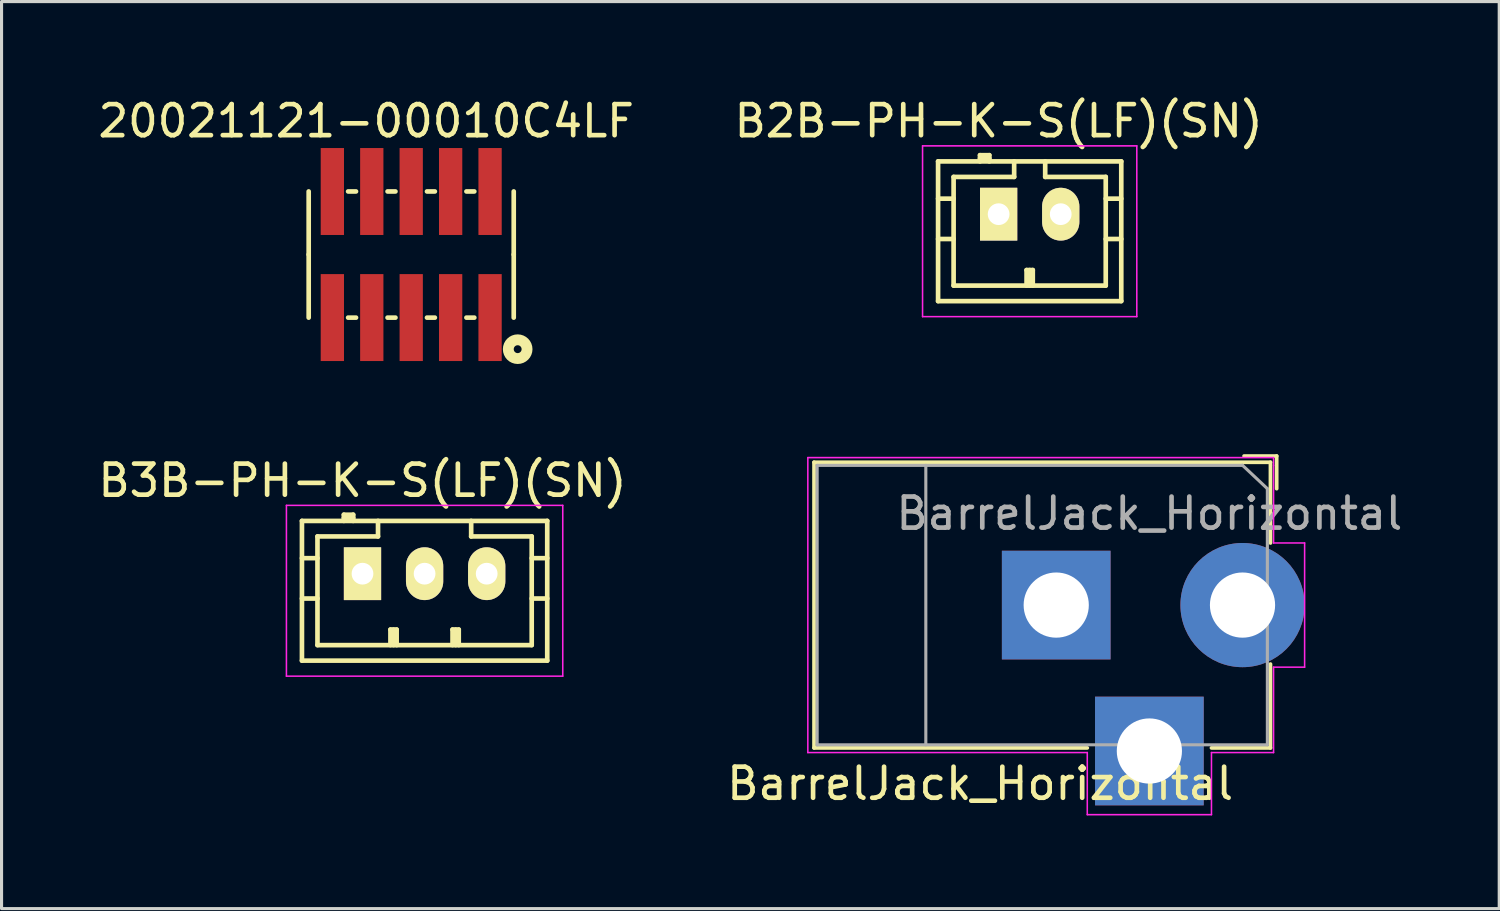
<source format=kicad_pcb>
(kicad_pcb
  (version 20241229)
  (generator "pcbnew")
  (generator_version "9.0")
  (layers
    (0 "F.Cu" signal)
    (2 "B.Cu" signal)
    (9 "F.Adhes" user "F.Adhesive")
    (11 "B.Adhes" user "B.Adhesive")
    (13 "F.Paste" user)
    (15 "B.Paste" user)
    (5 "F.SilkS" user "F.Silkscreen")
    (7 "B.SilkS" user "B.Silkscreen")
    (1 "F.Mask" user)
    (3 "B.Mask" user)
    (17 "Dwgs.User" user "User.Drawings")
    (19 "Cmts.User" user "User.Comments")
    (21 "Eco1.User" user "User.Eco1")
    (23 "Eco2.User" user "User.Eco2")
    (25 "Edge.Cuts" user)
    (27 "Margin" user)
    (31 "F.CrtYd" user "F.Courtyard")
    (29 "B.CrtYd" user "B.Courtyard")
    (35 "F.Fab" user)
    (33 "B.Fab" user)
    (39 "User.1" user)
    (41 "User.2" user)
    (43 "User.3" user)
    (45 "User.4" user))
  (footprint "20021121-00010C4LF"
    (layer "F.Cu")
    (at 10.194 5.148)
    (property "Reference" "20021121-00010C4LF" (at -1.45 -4.3 0) (layer "F.SilkS") (effects (font (size 1 1) (thickness 0.15))))
    (attr through_hole)
    (fp_line (start -3.302 0) (end -3.302 -2.032) (stroke (width 0.15) (type solid)) (layer "F.SilkS"))
    (fp_line (start -3.302 2.032) (end -3.302 0) (stroke (width 0.15) (type solid)) (layer "F.SilkS"))
    (fp_line (start -2.032 2.032) (end -1.778 2.032) (stroke (width 0.15) (type solid)) (layer "F.SilkS"))
    (fp_line (start -1.778 -2.032) (end -2.032 -2.032) (stroke (width 0.15) (type solid)) (layer "F.SilkS"))
    (fp_line (start -0.762 2.032) (end -0.508 2.032) (stroke (width 0.15) (type solid)) (layer "F.SilkS"))
    (fp_line (start -0.508 -2.032) (end -0.762 -2.032) (stroke (width 0.15) (type solid)) (layer "F.SilkS"))
    (fp_line (start 0.508 2.032) (end 0.762 2.032) (stroke (width 0.15) (type solid)) (layer "F.SilkS"))
    (fp_line (start 0.762 -2.032) (end 0.508 -2.032) (stroke (width 0.15) (type solid)) (layer "F.SilkS"))
    (fp_line (start 1.778 2.032) (end 2.032 2.032) (stroke (width 0.15) (type solid)) (layer "F.SilkS"))
    (fp_line (start 2.032 -2.032) (end 1.778 -2.032) (stroke (width 0.15) (type solid)) (layer "F.SilkS"))
    (fp_line (start 3.302 0) (end 3.302 -2.032) (stroke (width 0.15) (type solid)) (layer "F.SilkS"))
    (fp_line (start 3.302 2.032) (end 3.302 0) (stroke (width 0.15) (type solid)) (layer "F.SilkS"))
    (fp_circle (center 3.429 3.048) (end 3.556 3.046) (stroke (width 0.35) (type solid)) (fill no) (layer "F.SilkS"))
    (pad "1" smd rect (at 2.54 2.03) (size 0.75 2.8) (layers "F.Cu" "F.Mask" "F.Paste"))
    (pad "2" smd rect (at 2.54 -2.03) (size 0.75 2.8) (layers "F.Cu" "F.Mask" "F.Paste"))
    (pad "3" smd rect (at 1.27 2.03) (size 0.75 2.8) (layers "F.Cu" "F.Mask" "F.Paste"))
    (pad "4" smd rect (at 1.27 -2.03) (size 0.75 2.8) (layers "F.Cu" "F.Mask" "F.Paste"))
    (pad "5" smd rect (at 0 2.03) (size 0.75 2.8) (layers "F.Cu" "F.Mask" "F.Paste"))
    (pad "6" smd rect (at 0 -2.03) (size 0.75 2.8) (layers "F.Cu" "F.Mask" "F.Paste"))
    (pad "7" smd rect (at -1.27 2.03) (size 0.75 2.8) (layers "F.Cu" "F.Mask" "F.Paste"))
    (pad "8" smd rect (at -1.27 -2.03) (size 0.75 2.8) (layers "F.Cu" "F.Mask" "F.Paste"))
    (pad "9" smd rect (at -2.54 2.03) (size 0.75 2.8) (layers "F.Cu" "F.Mask" "F.Paste"))
    (pad "10" smd rect (at -2.54 -2.03) (size 0.75 2.8) (layers "F.Cu" "F.Mask" "F.Paste")))
  (footprint "BarrelJack_Horizontal"
    (layer "F.Cu")
    (at 36.968 16.438)
    (property "Reference" "BarrelJack_Horizontal" (at -8.45 5.75 0) (layer "F.SilkS") (effects (font (size 1 1) (thickness 0.15))))
    (attr through_hole)
    (fp_line (start -13.8 -4.6) (end 0.9 -4.6) (stroke (width 0.12) (type solid)) (layer "F.SilkS"))
    (fp_line (start -13.8 4.6) (end -13.8 -4.6) (stroke (width 0.12) (type solid)) (layer "F.SilkS"))
    (fp_line (start -5 4.6) (end -13.8 4.6) (stroke (width 0.12) (type solid)) (layer "F.SilkS"))
    (fp_line (start 0.05 -4.8) (end 1.1 -4.8) (stroke (width 0.12) (type solid)) (layer "F.SilkS"))
    (fp_line (start 0.9 -4.6) (end 0.9 -2) (stroke (width 0.12) (type solid)) (layer "F.SilkS"))
    (fp_line (start 0.9 1.9) (end 0.9 4.6) (stroke (width 0.12) (type solid)) (layer "F.SilkS"))
    (fp_line (start 0.9 4.6) (end -1 4.6) (stroke (width 0.12) (type solid)) (layer "F.SilkS"))
    (fp_line (start 1.1 -3.75) (end 1.1 -4.8) (stroke (width 0.12) (type solid)) (layer "F.SilkS"))
    (fp_line (start -14 4.75) (end -14 -4.75) (stroke (width 0.05) (type solid)) (layer "F.CrtYd"))
    (fp_line (start -5 4.75) (end -14 4.75) (stroke (width 0.05) (type solid)) (layer "F.CrtYd"))
    (fp_line (start -5 6.75) (end -5 4.75) (stroke (width 0.05) (type solid)) (layer "F.CrtYd"))
    (fp_line (start -1 4.75) (end -1 6.75) (stroke (width 0.05) (type solid)) (layer "F.CrtYd"))
    (fp_line (start -1 6.75) (end -5 6.75) (stroke (width 0.05) (type solid)) (layer "F.CrtYd"))
    (fp_line (start 1 -4.75) (end -14 -4.75) (stroke (width 0.05) (type solid)) (layer "F.CrtYd"))
    (fp_line (start 1 -4.5) (end 1 -4.75) (stroke (width 0.05) (type solid)) (layer "F.CrtYd"))
    (fp_line (start 1 -4.5) (end 1 -2) (stroke (width 0.05) (type solid)) (layer "F.CrtYd"))
    (fp_line (start 1 -2) (end 2 -2) (stroke (width 0.05) (type solid)) (layer "F.CrtYd"))
    (fp_line (start 1 2) (end 1 4.75) (stroke (width 0.05) (type solid)) (layer "F.CrtYd"))
    (fp_line (start 1 4.75) (end -1 4.75) (stroke (width 0.05) (type solid)) (layer "F.CrtYd"))
    (fp_line (start 2 -2) (end 2 2) (stroke (width 0.05) (type solid)) (layer "F.CrtYd"))
    (fp_line (start 2 2) (end 1 2) (stroke (width 0.05) (type solid)) (layer "F.CrtYd"))
    (fp_line (start -13.7 -4.5) (end -13.7 4.5) (stroke (width 0.1) (type solid)) (layer "F.Fab"))
    (fp_line (start -13.7 4.5) (end 0.8 4.5) (stroke (width 0.1) (type solid)) (layer "F.Fab"))
    (fp_line (start -10.2 -4.5) (end -10.2 4.5) (stroke (width 0.1) (type solid)) (layer "F.Fab"))
    (fp_line (start -0.003 -4.505) (end 0.8 -3.75) (stroke (width 0.1) (type solid)) (layer "F.Fab"))
    (fp_line (start 0 -4.5) (end -13.7 -4.5) (stroke (width 0.1) (type solid)) (layer "F.Fab"))
    (fp_line (start 0.8 4.5) (end 0.8 -3.75) (stroke (width 0.1) (type solid)) (layer "F.Fab"))
    (fp_text user "${REFERENCE}" (at -3 -2.95 0) (layer "F.Fab") (effects (font (size 1 1) (thickness 0.15))))
    (pad "1" thru_hole circle (at 0 0) (size 4 4) (drill 2.1) (layers "*.Cu" "*.Mask"))
    (pad "2" thru_hole rect (at -6 0) (size 3.5 3.5) (drill 2.1) (layers "*.Cu" "*.Mask"))
    (pad "3" thru_hole rect (at -3 4.7) (size 3.5 3.5) (drill 2.1) (layers "*.Cu" "*.Mask")))
  (footprint "B2B-PH-K-S(LF)(SN)"
    (layer "F.Cu")
    (at 29.113 3.848)
    (property "Reference" "B2B-PH-K-S(LF)(SN)" (at 0 -3 0) (layer "F.SilkS") (effects (font (size 1 1) (thickness 0.15))))
    (attr through_hole)
    (fp_line (start -1.95 -1.7) (end 3.95 -1.7) (stroke (width 0.15) (type solid)) (layer "F.SilkS"))
    (fp_line (start -1.95 -0.5) (end -1.45 -0.5) (stroke (width 0.15) (type solid)) (layer "F.SilkS"))
    (fp_line (start -1.95 0.8) (end -1.45 0.8) (stroke (width 0.15) (type solid)) (layer "F.SilkS"))
    (fp_line (start -1.95 2.8) (end -1.95 -1.7) (stroke (width 0.15) (type solid)) (layer "F.SilkS"))
    (fp_line (start -1.45 -1.2) (end -1.45 2.3) (stroke (width 0.15) (type solid)) (layer "F.SilkS"))
    (fp_line (start -1.45 2.3) (end 3.45 2.3) (stroke (width 0.15) (type solid)) (layer "F.SilkS"))
    (fp_line (start -0.6 -1.9) (end -0.6 -1.7) (stroke (width 0.15) (type solid)) (layer "F.SilkS"))
    (fp_line (start -0.3 -1.9) (end -0.6 -1.9) (stroke (width 0.15) (type solid)) (layer "F.SilkS"))
    (fp_line (start -0.3 -1.8) (end -0.6 -1.8) (stroke (width 0.15) (type solid)) (layer "F.SilkS"))
    (fp_line (start -0.3 -1.7) (end -0.3 -1.9) (stroke (width 0.15) (type solid)) (layer "F.SilkS"))
    (fp_line (start 0.5 -1.7) (end 0.5 -1.2) (stroke (width 0.15) (type solid)) (layer "F.SilkS"))
    (fp_line (start 0.5 -1.2) (end -1.45 -1.2) (stroke (width 0.15) (type solid)) (layer "F.SilkS"))
    (fp_line (start 0.9 1.8) (end 1.1 1.8) (stroke (width 0.15) (type solid)) (layer "F.SilkS"))
    (fp_line (start 0.9 2.3) (end 0.9 1.8) (stroke (width 0.15) (type solid)) (layer "F.SilkS"))
    (fp_line (start 1 2.3) (end 1 1.8) (stroke (width 0.15) (type solid)) (layer "F.SilkS"))
    (fp_line (start 1.1 1.8) (end 1.1 2.3) (stroke (width 0.15) (type solid)) (layer "F.SilkS"))
    (fp_line (start 1.5 -1.2) (end 1.5 -1.7) (stroke (width 0.15) (type solid)) (layer "F.SilkS"))
    (fp_line (start 3.45 -1.2) (end 1.5 -1.2) (stroke (width 0.15) (type solid)) (layer "F.SilkS"))
    (fp_line (start 3.45 -0.5) (end 3.95 -0.5) (stroke (width 0.15) (type solid)) (layer "F.SilkS"))
    (fp_line (start 3.45 0.8) (end 3.95 0.8) (stroke (width 0.15) (type solid)) (layer "F.SilkS"))
    (fp_line (start 3.45 2.3) (end 3.45 -1.2) (stroke (width 0.15) (type solid)) (layer "F.SilkS"))
    (fp_line (start 3.95 -1.7) (end 3.95 2.8) (stroke (width 0.15) (type solid)) (layer "F.SilkS"))
    (fp_line (start 3.95 2.8) (end -1.95 2.8) (stroke (width 0.15) (type solid)) (layer "F.SilkS"))
    (fp_line (start -2.45 -2.2) (end 4.45 -2.2) (stroke (width 0.05) (type solid)) (layer "F.CrtYd"))
    (fp_line (start -2.45 3.3) (end -2.45 -2.2) (stroke (width 0.05) (type solid)) (layer "F.CrtYd"))
    (fp_line (start 4.45 -2.2) (end 4.45 3.3) (stroke (width 0.05) (type solid)) (layer "F.CrtYd"))
    (fp_line (start 4.45 3.3) (end -2.45 3.3) (stroke (width 0.05) (type solid)) (layer "F.CrtYd"))
    (pad "1" thru_hole rect (at 0 0) (size 1.2 1.7) (drill 0.7) (layers "*.Cu" "*.Mask" "F.SilkS"))
    (pad "2" thru_hole oval (at 2 0) (size 1.2 1.7) (drill 0.7) (layers "*.Cu" "*.Mask" "F.SilkS")))
  (footprint "B3B-PH-K-S(LF)(SN)"
    (layer "F.Cu")
    (at 8.625 15.427)
    (property "Reference" "B3B-PH-K-S(LF)(SN)" (at 0 -3 0) (layer "F.SilkS") (effects (font (size 1 1) (thickness 0.15))))
    (attr through_hole)
    (fp_line (start -1.95 -1.7) (end 5.95 -1.7) (stroke (width 0.15) (type solid)) (layer "F.SilkS"))
    (fp_line (start -1.95 -0.5) (end -1.45 -0.5) (stroke (width 0.15) (type solid)) (layer "F.SilkS"))
    (fp_line (start -1.95 0.8) (end -1.45 0.8) (stroke (width 0.15) (type solid)) (layer "F.SilkS"))
    (fp_line (start -1.95 2.8) (end -1.95 -1.7) (stroke (width 0.15) (type solid)) (layer "F.SilkS"))
    (fp_line (start -1.45 -1.2) (end -1.45 2.3) (stroke (width 0.15) (type solid)) (layer "F.SilkS"))
    (fp_line (start -1.45 2.3) (end 5.45 2.3) (stroke (width 0.15) (type solid)) (layer "F.SilkS"))
    (fp_line (start -0.6 -1.9) (end -0.6 -1.7) (stroke (width 0.15) (type solid)) (layer "F.SilkS"))
    (fp_line (start -0.3 -1.9) (end -0.6 -1.9) (stroke (width 0.15) (type solid)) (layer "F.SilkS"))
    (fp_line (start -0.3 -1.8) (end -0.6 -1.8) (stroke (width 0.15) (type solid)) (layer "F.SilkS"))
    (fp_line (start -0.3 -1.7) (end -0.3 -1.9) (stroke (width 0.15) (type solid)) (layer "F.SilkS"))
    (fp_line (start 0.5 -1.7) (end 0.5 -1.2) (stroke (width 0.15) (type solid)) (layer "F.SilkS"))
    (fp_line (start 0.5 -1.2) (end -1.45 -1.2) (stroke (width 0.15) (type solid)) (layer "F.SilkS"))
    (fp_line (start 0.9 1.8) (end 1.1 1.8) (stroke (width 0.15) (type solid)) (layer "F.SilkS"))
    (fp_line (start 0.9 2.3) (end 0.9 1.8) (stroke (width 0.15) (type solid)) (layer "F.SilkS"))
    (fp_line (start 1 2.3) (end 1 1.8) (stroke (width 0.15) (type solid)) (layer "F.SilkS"))
    (fp_line (start 1.1 1.8) (end 1.1 2.3) (stroke (width 0.15) (type solid)) (layer "F.SilkS"))
    (fp_line (start 2.9 1.8) (end 3.1 1.8) (stroke (width 0.15) (type solid)) (layer "F.SilkS"))
    (fp_line (start 2.9 2.3) (end 2.9 1.8) (stroke (width 0.15) (type solid)) (layer "F.SilkS"))
    (fp_line (start 3 2.3) (end 3 1.8) (stroke (width 0.15) (type solid)) (layer "F.SilkS"))
    (fp_line (start 3.1 1.8) (end 3.1 2.3) (stroke (width 0.15) (type solid)) (layer "F.SilkS"))
    (fp_line (start 3.5 -1.2) (end 3.5 -1.7) (stroke (width 0.15) (type solid)) (layer "F.SilkS"))
    (fp_line (start 5.45 -1.2) (end 3.5 -1.2) (stroke (width 0.15) (type solid)) (layer "F.SilkS"))
    (fp_line (start 5.45 -0.5) (end 5.95 -0.5) (stroke (width 0.15) (type solid)) (layer "F.SilkS"))
    (fp_line (start 5.45 0.8) (end 5.95 0.8) (stroke (width 0.15) (type solid)) (layer "F.SilkS"))
    (fp_line (start 5.45 2.3) (end 5.45 -1.2) (stroke (width 0.15) (type solid)) (layer "F.SilkS"))
    (fp_line (start 5.95 -1.7) (end 5.95 2.8) (stroke (width 0.15) (type solid)) (layer "F.SilkS"))
    (fp_line (start 5.95 2.8) (end -1.95 2.8) (stroke (width 0.15) (type solid)) (layer "F.SilkS"))
    (fp_line (start -2.45 -2.2) (end 6.45 -2.2) (stroke (width 0.05) (type solid)) (layer "F.CrtYd"))
    (fp_line (start -2.45 3.3) (end -2.45 -2.2) (stroke (width 0.05) (type solid)) (layer "F.CrtYd"))
    (fp_line (start 6.45 -2.2) (end 6.45 3.3) (stroke (width 0.05) (type solid)) (layer "F.CrtYd"))
    (fp_line (start 6.45 3.3) (end -2.45 3.3) (stroke (width 0.05) (type solid)) (layer "F.CrtYd"))
    (pad "1" thru_hole rect (at 0 0) (size 1.2 1.7) (drill 0.7) (layers "*.Cu" "*.Mask" "F.SilkS"))
    (pad "2" thru_hole oval (at 2 0) (size 1.2 1.7) (drill 0.7) (layers "*.Cu" "*.Mask" "F.SilkS"))
    (pad "3" thru_hole oval (at 4 0) (size 1.2 1.7) (drill 0.7) (layers "*.Cu" "*.Mask" "F.SilkS")))
  (gr_rect
    (start -3 -3)
    (end 45.236 26.213)
    (stroke (width 0.1) (type default))
    (fill no)
    (layer "Edge.Cuts")))
</source>
